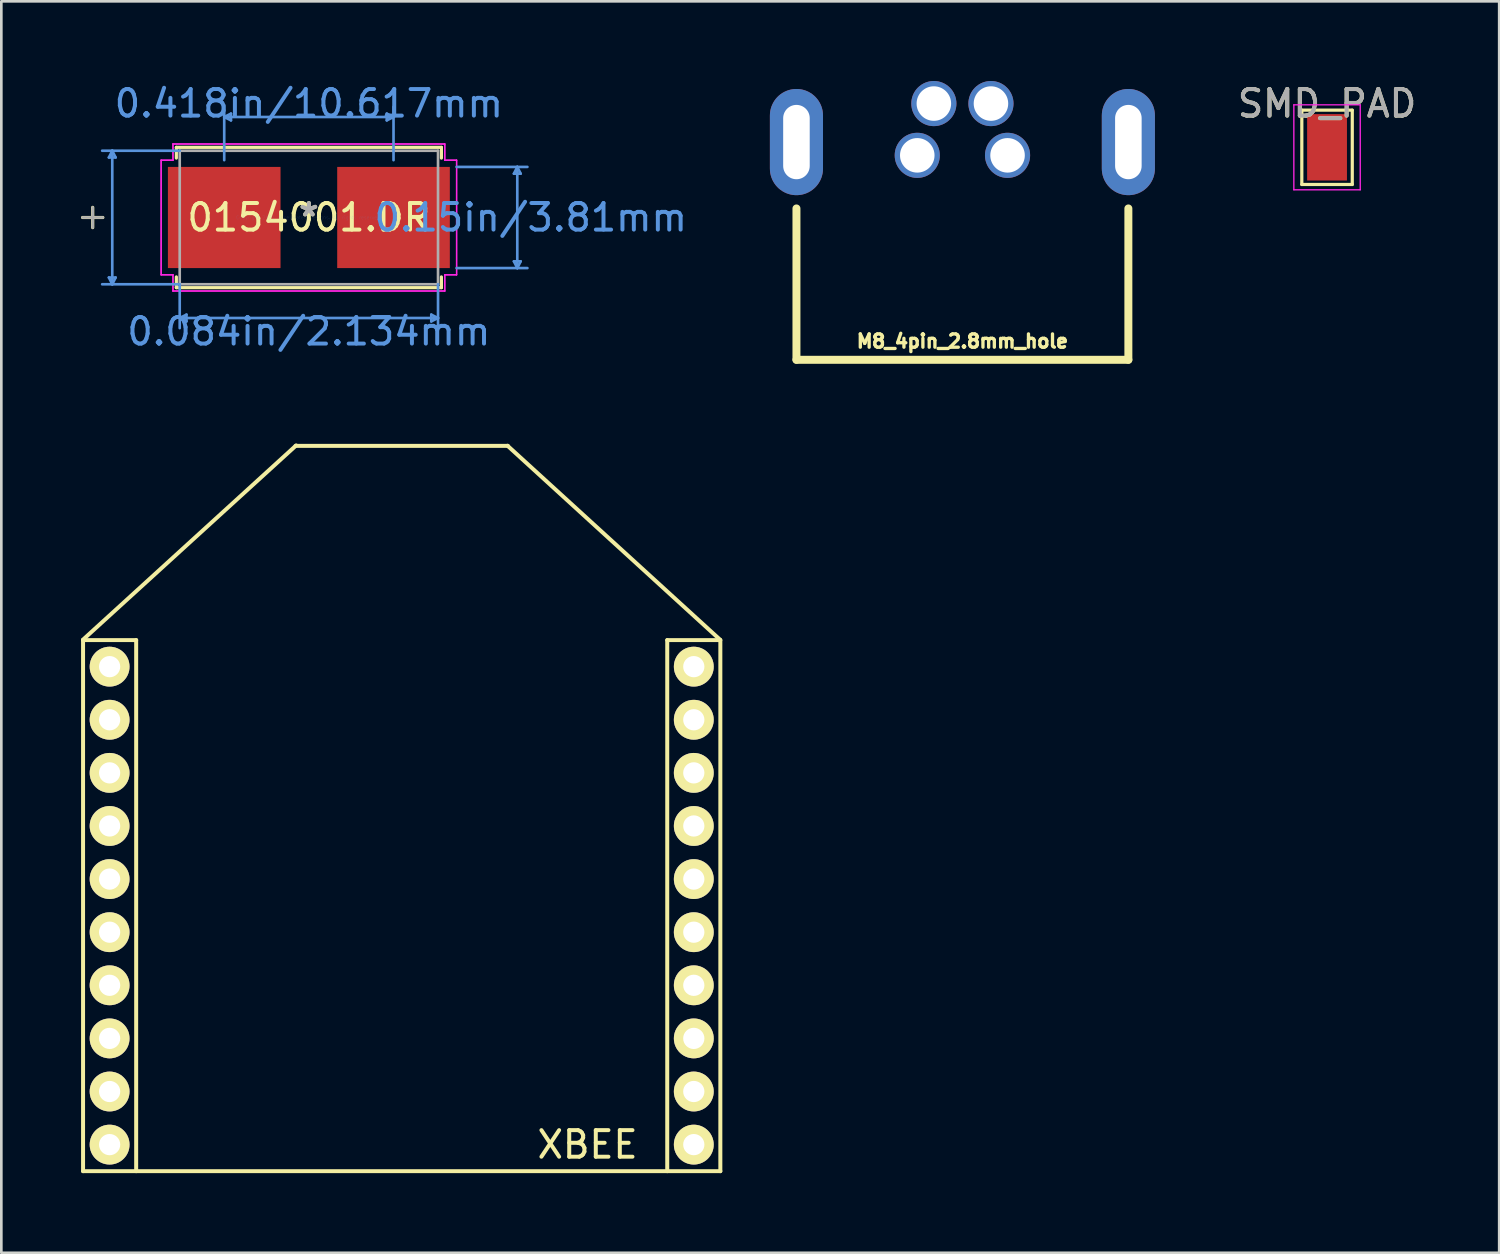
<source format=kicad_pcb>
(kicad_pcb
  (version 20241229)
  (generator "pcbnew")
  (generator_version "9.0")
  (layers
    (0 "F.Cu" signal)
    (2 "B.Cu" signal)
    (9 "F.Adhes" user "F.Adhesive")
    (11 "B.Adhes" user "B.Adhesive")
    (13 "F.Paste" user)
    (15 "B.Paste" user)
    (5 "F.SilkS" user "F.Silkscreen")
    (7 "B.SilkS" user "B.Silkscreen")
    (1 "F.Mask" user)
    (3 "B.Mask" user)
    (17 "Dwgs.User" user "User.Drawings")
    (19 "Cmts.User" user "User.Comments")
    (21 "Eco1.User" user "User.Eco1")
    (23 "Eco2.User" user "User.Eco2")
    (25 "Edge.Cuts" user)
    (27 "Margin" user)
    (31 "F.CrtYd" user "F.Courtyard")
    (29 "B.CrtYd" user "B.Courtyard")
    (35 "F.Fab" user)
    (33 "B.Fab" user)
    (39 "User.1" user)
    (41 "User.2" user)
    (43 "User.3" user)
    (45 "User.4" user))
  (footprint "XBEE"
    (layer "F.Cu")
    (at 12.064 22.056)
    (property "Reference" "XBEE" (at 7.014 18 180) (layer "F.SilkS") (effects (font (size 1 1) (thickness 0.15))))
    (attr through_hole)
    (fp_line (start -11.986 19) (end -11.986 -1) (stroke (width 0.15) (type solid)) (layer "F.SilkS"))
    (fp_line (start -11.986 19) (end 12.014 19) (stroke (width 0.15) (type solid)) (layer "F.SilkS"))
    (fp_line (start -9.986 -1) (end -11.986 -1) (stroke (width 0.15) (type solid)) (layer "F.SilkS"))
    (fp_line (start -9.986 19) (end -9.986 -1) (stroke (width 0.15) (type solid)) (layer "F.SilkS"))
    (fp_line (start -3.986 -8.314) (end 4.014 -8.314) (stroke (width 0.15) (type solid)) (layer "F.SilkS"))
    (fp_line (start -3.962 -8.331) (end -11.989 -1.016) (stroke (width 0.15) (type solid)) (layer "F.SilkS"))
    (fp_line (start 10.014 -1) (end 12.014 -1) (stroke (width 0.15) (type solid)) (layer "F.SilkS"))
    (fp_line (start 10.014 19) (end 10.014 -1) (stroke (width 0.15) (type solid)) (layer "F.SilkS"))
    (fp_line (start 12.002 -1.016) (end 4 -8.319) (stroke (width 0.15) (type solid)) (layer "F.SilkS"))
    (fp_line (start 12.014 19) (end 12.014 -1) (stroke (width 0.15) (type solid)) (layer "F.SilkS"))
    (pad "1" thru_hole circle (at -10.986 0) (size 1.5 1.5) (drill 0.8) (layers "*.Cu" "*.Mask" "F.SilkS"))
    (pad "2" thru_hole circle (at -10.986 2) (size 1.5 1.5) (drill 0.8) (layers "*.Cu" "*.Mask" "F.SilkS"))
    (pad "3" thru_hole circle (at -10.986 4) (size 1.5 1.5) (drill 0.8) (layers "*.Cu" "*.Mask" "F.SilkS"))
    (pad "4" thru_hole circle (at -10.986 6) (size 1.5 1.5) (drill 0.8) (layers "*.Cu" "*.Mask" "F.SilkS"))
    (pad "5" thru_hole circle (at -10.986 8) (size 1.5 1.5) (drill 0.8) (layers "*.Cu" "*.Mask" "F.SilkS"))
    (pad "6" thru_hole circle (at -10.986 10) (size 1.5 1.5) (drill 0.8) (layers "*.Cu" "*.Mask" "F.SilkS"))
    (pad "7" thru_hole circle (at -10.986 12) (size 1.5 1.5) (drill 0.8) (layers "*.Cu" "*.Mask" "F.SilkS"))
    (pad "8" thru_hole circle (at -10.986 14) (size 1.5 1.5) (drill 0.8) (layers "*.Cu" "*.Mask" "F.SilkS"))
    (pad "9" thru_hole circle (at -10.986 16) (size 1.5 1.5) (drill 0.8) (layers "*.Cu" "*.Mask" "F.SilkS"))
    (pad "10" thru_hole circle (at -10.986 18) (size 1.5 1.5) (drill 0.8) (layers "*.Cu" "*.Mask" "F.SilkS"))
    (pad "11" thru_hole circle (at 11.014 18) (size 1.5 1.5) (drill 0.8) (layers "*.Cu" "*.Mask" "F.SilkS"))
    (pad "12" thru_hole circle (at 11.014 16) (size 1.5 1.5) (drill 0.8) (layers "*.Cu" "*.Mask" "F.SilkS"))
    (pad "13" thru_hole circle (at 11.014 14) (size 1.5 1.5) (drill 0.8) (layers "*.Cu" "*.Mask" "F.SilkS"))
    (pad "14" thru_hole circle (at 11.014 12) (size 1.5 1.5) (drill 0.8) (layers "*.Cu" "*.Mask" "F.SilkS"))
    (pad "15" thru_hole circle (at 11.014 10) (size 1.5 1.5) (drill 0.8) (layers "*.Cu" "*.Mask" "F.SilkS"))
    (pad "16" thru_hole circle (at 11.014 8) (size 1.5 1.5) (drill 0.8) (layers "*.Cu" "*.Mask" "F.SilkS"))
    (pad "17" thru_hole circle (at 11.014 6) (size 1.5 1.5) (drill 0.8) (layers "*.Cu" "*.Mask" "F.SilkS"))
    (pad "18" thru_hole circle (at 11.014 4) (size 1.5 1.5) (drill 0.8) (layers "*.Cu" "*.Mask" "F.SilkS"))
    (pad "19" thru_hole circle (at 11.014 2) (size 1.5 1.5) (drill 0.8) (layers "*.Cu" "*.Mask" "F.SilkS"))
    (pad "20" thru_hole circle (at 11.014 0) (size 1.5 1.5) (drill 0.8) (layers "*.Cu" "*.Mask" "F.SilkS")))
  (footprint "0154001.DR"
    (layer "F.Cu")
    (at 8.582 5.141)
    (property "Reference" "0154001.DR" (at 0 0 0) (layer "F.SilkS") (effects (font (size 1 1) (thickness 0.15))))
    (attr through_hole)
    (fp_line (start -8.141 -0.381) (end -8.141 0.381) (stroke (width 0.12) (type solid)) (layer "F.SilkS"))
    (fp_line (start -7.76 0) (end -8.522 0) (stroke (width 0.12) (type solid)) (layer "F.SilkS"))
    (fp_line (start -4.991 -2.642) (end -4.991 -2.238) (stroke (width 0.12) (type solid)) (layer "F.SilkS"))
    (fp_line (start -4.991 2.238) (end -4.991 2.642) (stroke (width 0.12) (type solid)) (layer "F.SilkS"))
    (fp_line (start -4.991 2.642) (end 4.991 2.642) (stroke (width 0.12) (type solid)) (layer "F.SilkS"))
    (fp_line (start 4.991 -2.642) (end -4.991 -2.642) (stroke (width 0.12) (type solid)) (layer "F.SilkS"))
    (fp_line (start 4.991 -2.238) (end 4.991 -2.642) (stroke (width 0.12) (type solid)) (layer "F.SilkS"))
    (fp_line (start 4.991 2.642) (end 4.991 2.238) (stroke (width 0.12) (type solid)) (layer "F.SilkS"))
    (fp_line (start -7.531 -2.261) (end -7.277 -2.261) (stroke (width 0.1) (type solid)) (layer "Cmts.User"))
    (fp_line (start -7.531 2.261) (end -7.277 2.261) (stroke (width 0.1) (type solid)) (layer "Cmts.User"))
    (fp_line (start -7.404 -2.515) (end -7.531 -2.261) (stroke (width 0.1) (type solid)) (layer "Cmts.User"))
    (fp_line (start -7.404 -2.515) (end -7.404 2.515) (stroke (width 0.1) (type solid)) (layer "Cmts.User"))
    (fp_line (start -7.404 -2.515) (end -7.277 -2.261) (stroke (width 0.1) (type solid)) (layer "Cmts.User"))
    (fp_line (start -7.404 2.515) (end -7.531 2.261) (stroke (width 0.1) (type solid)) (layer "Cmts.User"))
    (fp_line (start -7.404 2.515) (end -7.277 2.261) (stroke (width 0.1) (type solid)) (layer "Cmts.User"))
    (fp_line (start -4.864 -2.515) (end -7.785 -2.515) (stroke (width 0.1) (type solid)) (layer "Cmts.User"))
    (fp_line (start -4.864 2.515) (end -7.785 2.515) (stroke (width 0.1) (type solid)) (layer "Cmts.User"))
    (fp_line (start -4.864 2.515) (end -4.864 4.166) (stroke (width 0.1) (type solid)) (layer "Cmts.User"))
    (fp_line (start -4.864 3.785) (end -4.61 3.658) (stroke (width 0.1) (type solid)) (layer "Cmts.User"))
    (fp_line (start -4.864 3.785) (end -4.61 3.912) (stroke (width 0.1) (type solid)) (layer "Cmts.User"))
    (fp_line (start -4.864 3.785) (end 4.864 3.785) (stroke (width 0.1) (type solid)) (layer "Cmts.User"))
    (fp_line (start -4.61 3.658) (end -4.61 3.912) (stroke (width 0.1) (type solid)) (layer "Cmts.User"))
    (fp_line (start -3.188 -3.785) (end -2.934 -3.912) (stroke (width 0.1) (type solid)) (layer "Cmts.User"))
    (fp_line (start -3.188 -3.785) (end -2.934 -3.658) (stroke (width 0.1) (type solid)) (layer "Cmts.User"))
    (fp_line (start -3.188 -3.785) (end 3.188 -3.785) (stroke (width 0.1) (type solid)) (layer "Cmts.User"))
    (fp_line (start -3.188 -2.159) (end -3.188 -4.166) (stroke (width 0.1) (type solid)) (layer "Cmts.User"))
    (fp_line (start -2.934 -3.912) (end -2.934 -3.658) (stroke (width 0.1) (type solid)) (layer "Cmts.User"))
    (fp_line (start 2.934 -3.912) (end 2.934 -3.658) (stroke (width 0.1) (type solid)) (layer "Cmts.User"))
    (fp_line (start 3.188 -3.785) (end 2.934 -3.912) (stroke (width 0.1) (type solid)) (layer "Cmts.User"))
    (fp_line (start 3.188 -3.785) (end 2.934 -3.658) (stroke (width 0.1) (type solid)) (layer "Cmts.User"))
    (fp_line (start 3.188 -2.159) (end 3.188 -4.166) (stroke (width 0.1) (type solid)) (layer "Cmts.User"))
    (fp_line (start 4.61 3.658) (end 4.61 3.912) (stroke (width 0.1) (type solid)) (layer "Cmts.User"))
    (fp_line (start 4.864 2.515) (end 4.864 4.166) (stroke (width 0.1) (type solid)) (layer "Cmts.User"))
    (fp_line (start 4.864 3.785) (end 4.61 3.658) (stroke (width 0.1) (type solid)) (layer "Cmts.User"))
    (fp_line (start 4.864 3.785) (end 4.61 3.912) (stroke (width 0.1) (type solid)) (layer "Cmts.User"))
    (fp_line (start 5.563 -1.905) (end 8.23 -1.905) (stroke (width 0.1) (type solid)) (layer "Cmts.User"))
    (fp_line (start 5.563 1.905) (end 8.23 1.905) (stroke (width 0.1) (type solid)) (layer "Cmts.User"))
    (fp_line (start 7.722 -1.651) (end 7.976 -1.651) (stroke (width 0.1) (type solid)) (layer "Cmts.User"))
    (fp_line (start 7.722 1.651) (end 7.976 1.651) (stroke (width 0.1) (type solid)) (layer "Cmts.User"))
    (fp_line (start 7.849 -1.905) (end 7.722 -1.651) (stroke (width 0.1) (type solid)) (layer "Cmts.User"))
    (fp_line (start 7.849 -1.905) (end 7.849 1.905) (stroke (width 0.1) (type solid)) (layer "Cmts.User"))
    (fp_line (start 7.849 -1.905) (end 7.976 -1.651) (stroke (width 0.1) (type solid)) (layer "Cmts.User"))
    (fp_line (start 7.849 1.905) (end 7.722 1.651) (stroke (width 0.1) (type solid)) (layer "Cmts.User"))
    (fp_line (start 7.849 1.905) (end 7.976 1.651) (stroke (width 0.1) (type solid)) (layer "Cmts.User"))
    (fp_line (start -5.563 -2.159) (end -5.118 -2.159) (stroke (width 0.05) (type solid)) (layer "F.CrtYd"))
    (fp_line (start -5.563 -2.159) (end -5.118 -2.159) (stroke (width 0.05) (type solid)) (layer "F.CrtYd"))
    (fp_line (start -5.563 2.159) (end -5.563 -2.159) (stroke (width 0.05) (type solid)) (layer "F.CrtYd"))
    (fp_line (start -5.563 2.159) (end -5.563 -2.159) (stroke (width 0.05) (type solid)) (layer "F.CrtYd"))
    (fp_line (start -5.118 -2.769) (end 5.118 -2.769) (stroke (width 0.05) (type solid)) (layer "F.CrtYd"))
    (fp_line (start -5.118 -2.769) (end 5.118 -2.769) (stroke (width 0.05) (type solid)) (layer "F.CrtYd"))
    (fp_line (start -5.118 -2.159) (end -5.118 -2.769) (stroke (width 0.05) (type solid)) (layer "F.CrtYd"))
    (fp_line (start -5.118 -2.159) (end -5.118 -2.769) (stroke (width 0.05) (type solid)) (layer "F.CrtYd"))
    (fp_line (start -5.118 2.159) (end -5.563 2.159) (stroke (width 0.05) (type solid)) (layer "F.CrtYd"))
    (fp_line (start -5.118 2.159) (end -5.563 2.159) (stroke (width 0.05) (type solid)) (layer "F.CrtYd"))
    (fp_line (start -5.118 2.769) (end -5.118 2.159) (stroke (width 0.05) (type solid)) (layer "F.CrtYd"))
    (fp_line (start -5.118 2.769) (end -5.118 2.159) (stroke (width 0.05) (type solid)) (layer "F.CrtYd"))
    (fp_line (start 5.118 -2.769) (end 5.118 -2.159) (stroke (width 0.05) (type solid)) (layer "F.CrtYd"))
    (fp_line (start 5.118 -2.769) (end 5.118 -2.159) (stroke (width 0.05) (type solid)) (layer "F.CrtYd"))
    (fp_line (start 5.118 -2.159) (end 5.563 -2.159) (stroke (width 0.05) (type solid)) (layer "F.CrtYd"))
    (fp_line (start 5.118 -2.159) (end 5.563 -2.159) (stroke (width 0.05) (type solid)) (layer "F.CrtYd"))
    (fp_line (start 5.118 2.159) (end 5.118 2.769) (stroke (width 0.05) (type solid)) (layer "F.CrtYd"))
    (fp_line (start 5.118 2.159) (end 5.118 2.769) (stroke (width 0.05) (type solid)) (layer "F.CrtYd"))
    (fp_line (start 5.118 2.769) (end -5.118 2.769) (stroke (width 0.05) (type solid)) (layer "F.CrtYd"))
    (fp_line (start 5.118 2.769) (end -5.118 2.769) (stroke (width 0.05) (type solid)) (layer "F.CrtYd"))
    (fp_line (start 5.563 -2.159) (end 5.563 2.159) (stroke (width 0.05) (type solid)) (layer "F.CrtYd"))
    (fp_line (start 5.563 -2.159) (end 5.563 2.159) (stroke (width 0.05) (type solid)) (layer "F.CrtYd"))
    (fp_line (start 5.563 2.159) (end 5.118 2.159) (stroke (width 0.05) (type solid)) (layer "F.CrtYd"))
    (fp_line (start 5.563 2.159) (end 5.118 2.159) (stroke (width 0.05) (type solid)) (layer "F.CrtYd"))
    (fp_line (start -8.141 -0.381) (end -8.141 0.381) (stroke (width 0.1) (type solid)) (layer "F.Fab"))
    (fp_line (start -7.76 0) (end -8.522 0) (stroke (width 0.1) (type solid)) (layer "F.Fab"))
    (fp_line (start -4.864 -2.515) (end -4.864 2.515) (stroke (width 0.1) (type solid)) (layer "F.Fab"))
    (fp_line (start -4.864 2.515) (end 4.864 2.515) (stroke (width 0.1) (type solid)) (layer "F.Fab"))
    (fp_line (start 4.864 -2.515) (end -4.864 -2.515) (stroke (width 0.1) (type solid)) (layer "F.Fab"))
    (fp_line (start 4.864 2.515) (end 4.864 -2.515) (stroke (width 0.1) (type solid)) (layer "F.Fab"))
    (fp_text user "*" (at 0 0 0) (layer "F.SilkS") (effects (font (size 1 1) (thickness 0.15))))
    (fp_text user "0.084in/2.134mm" (at 0 4.293 0) (layer "Cmts.User") (effects (font (size 1 1) (thickness 0.15))))
    (fp_text user "Copyright 2021 Accelerated Designs. All rights reserved." (at 0 0 0) (layer "Cmts.User") (effects (font (size 0.127 0.127) (thickness 0.002))))
    (fp_text user "0.15in/3.81mm" (at 8.357 0 0) (layer "Cmts.User") (effects (font (size 1 1) (thickness 0.15))))
    (fp_text user "0.418in/10.617mm" (at 0 -4.293 0) (layer "Cmts.User") (effects (font (size 1 1) (thickness 0.15))))
    (fp_text user "*" (at 0 0 0) (layer "F.Fab") (effects (font (size 1 1) (thickness 0.15))))
    (pad "1" smd rect (at -3.188 0) (size 4.242 3.81) (layers "F.Cu" "F.Mask" "F.Paste"))
    (pad "2" smd rect (at 3.188 0) (size 4.242 3.81) (layers "F.Cu" "F.Mask" "F.Paste")))
  (footprint "M8_4pin_2.8mm_hole"
    (layer "F.Cu")
    (at 33.194 2.8)
    (property "Reference" "M8_4pin_2.8mm_hole" (at 0 7 0) (layer "F.SilkS") (effects (font (size 0.5 0.5) (thickness 0.125))))
    (attr through_hole)
    (fp_line (start -6.25 2) (end -6.25 7.7) (stroke (width 0.3) (type solid)) (layer "F.SilkS"))
    (fp_line (start -6.25 7.7) (end 6.25 7.7) (stroke (width 0.3) (type solid)) (layer "F.SilkS"))
    (fp_line (start 6.25 2) (end 6.25 7.7) (stroke (width 0.3) (type solid)) (layer "F.SilkS"))
    (pad "1" thru_hole circle (at -1.7 0) (size 1.7 1.7) (drill 1.3) (layers "*.Cu" "*.Mask"))
    (pad "2" thru_hole circle (at -1.075 -1.95) (size 1.7 1.7) (drill 1.3) (layers "*.Cu" "*.Mask"))
    (pad "3" thru_hole circle (at 1.7 0) (size 1.7 1.7) (drill 1.3) (layers "*.Cu" "*.Mask"))
    (pad "4" thru_hole circle (at 1.075 -1.95) (size 1.7 1.7) (drill 1.3) (layers "*.Cu" "*.Mask"))
    (pad "SH" thru_hole oval (at -6.25 -0.5) (size 2 4) (drill oval 1 2.8) (layers "*.Cu" "*.Mask"))
    (pad "SH" thru_hole oval (at 6.25 -0.5) (size 2 4) (drill oval 1 2.8) (layers "*.Cu" "*.Mask")))
  (footprint "SMD_PAD"
    (layer "F.Cu")
    (at 46.926 2.498)
    (property "Reference" "SMD_PAD" (at 0 -1.648 0) (layer "F.SilkS") (effects (font (size 1 1) (thickness 0.15))))
    (attr exclude_from_pos_files exclude_from_bom)
    (fp_line (start -0.95 -1.4) (end 0.95 -1.4) (stroke (width 0.12) (type solid)) (layer "F.SilkS"))
    (fp_line (start -0.95 1.4) (end -0.95 -1.4) (stroke (width 0.12) (type solid)) (layer "F.SilkS"))
    (fp_line (start 0.95 -1.4) (end 0.95 1.4) (stroke (width 0.12) (type solid)) (layer "F.SilkS"))
    (fp_line (start 0.95 1.4) (end -0.95 1.4) (stroke (width 0.12) (type solid)) (layer "F.SilkS"))
    (fp_line (start -1.25 -1.6) (end -1.25 1.6) (stroke (width 0.05) (type solid)) (layer "F.CrtYd"))
    (fp_line (start -1.25 -1.6) (end 1.25 -1.6) (stroke (width 0.05) (type solid)) (layer "F.CrtYd"))
    (fp_line (start 1.25 1.6) (end -1.25 1.6) (stroke (width 0.05) (type solid)) (layer "F.CrtYd"))
    (fp_line (start 1.25 1.6) (end 1.25 -1.6) (stroke (width 0.05) (type solid)) (layer "F.CrtYd"))
    (fp_text user "${REFERENCE}" (at 0 -1.65 0) (layer "F.Fab") (effects (font (size 1 1) (thickness 0.15))))
    (pad "1" smd rect (at 0 0) (size 1.5 2.5) (layers "F.Cu" "F.Mask")))
  (gr_rect
    (start -3 -3)
    (end 53.409 44.131)
    (stroke (width 0.1) (type default))
    (fill no)
    (layer "Edge.Cuts")))
</source>
